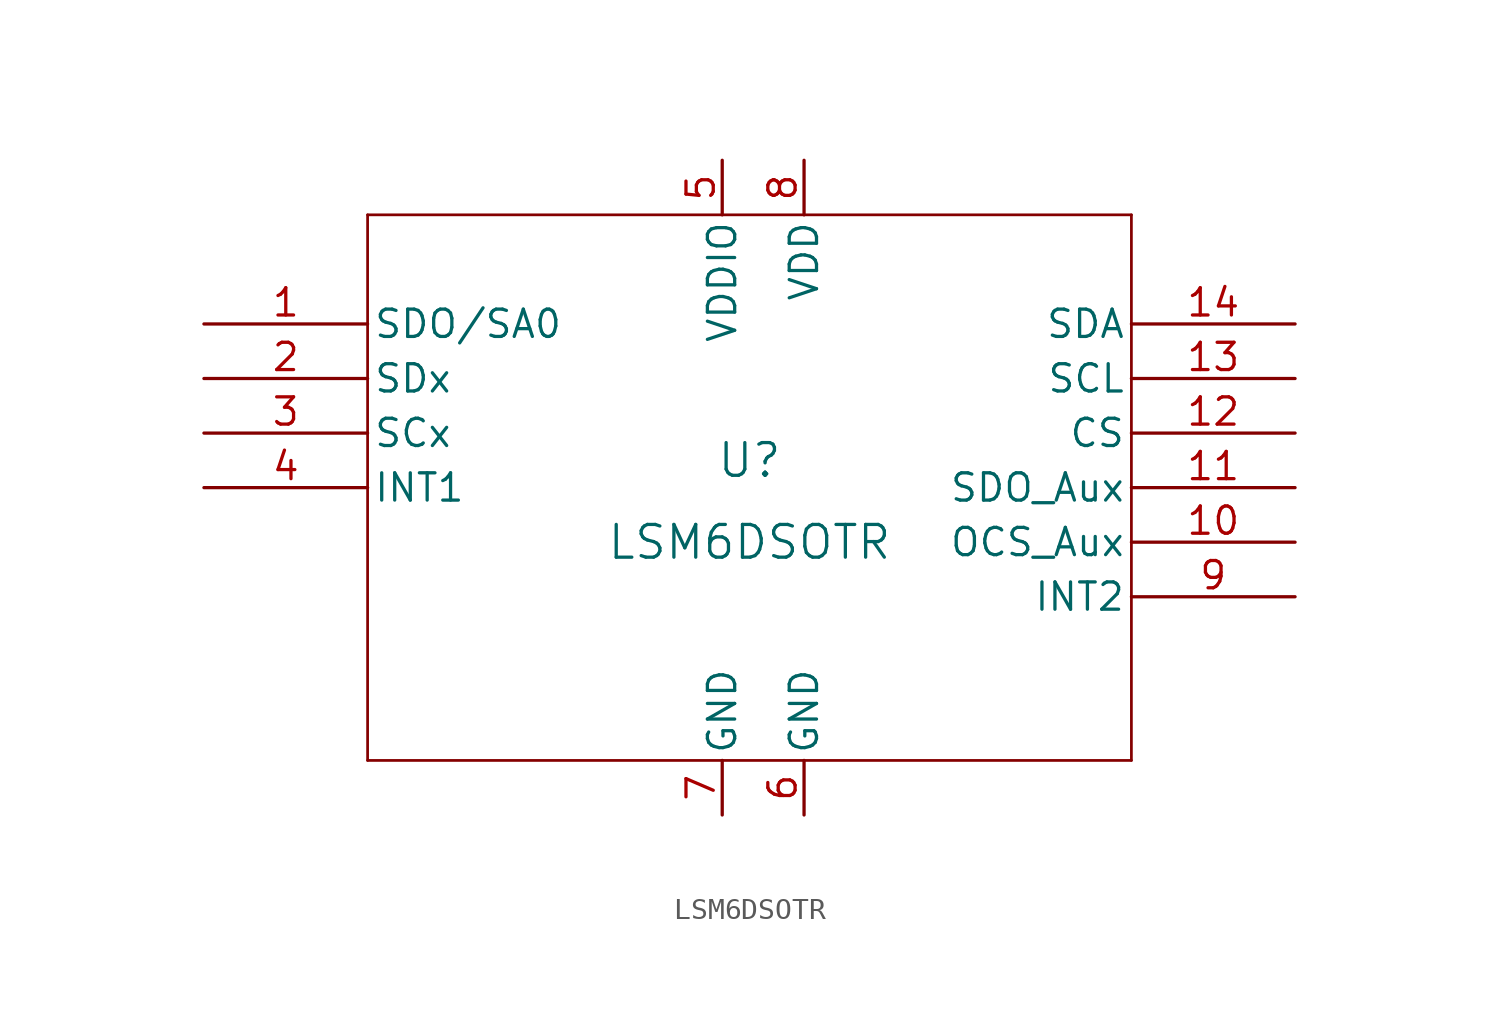
<source format=kicad_sym>
(kicad_symbol_lib
  (version 20220914)
  (generator kicad_symbol_editor)
  (symbol "LSM6DSOTR"
    (pin_names
      (offset 0.254))
    (property "Reference" "U"
      (at 25.4 -6.35 0)
      (effects (font (size 1.524 1.524))))
    (property "Value" "LSM6DSOTR"
      (at 25.4 -10.16 0)
      (effects (font (size 1.524 1.524))))
    (property "ki_locked" ""
      (at 0 0 0)
      (effects (font (size 1.27 1.27))))
    (symbol "LSM6DSOTR_0_1"
      (polyline (pts (xy 7.62 -20.32) (xy 43.18 -20.32)) (stroke (width 0.127) (type default)) (fill (type none)))
      (polyline (pts (xy 7.62 5.08) (xy 7.62 -20.32)) (stroke (width 0.127) (type default)) (fill (type none)))
      (polyline (pts (xy 43.18 -20.32) (xy 43.18 5.08)) (stroke (width 0.127) (type default)) (fill (type none)))
      (polyline (pts (xy 43.18 5.08) (xy 7.62 5.08)) (stroke (width 0.127) (type default)) (fill (type none)))
      (pin bidirectional line (at 0 0 0) (length 7.62) (name "SDO/SA0" (effects (font (size 1.27 1.27)))) (number "1" (effects (font (size 1.27 1.27)))))
      (pin bidirectional line (at 50.8 -10.16 180) (length 7.62) (name "OCS_Aux" (effects (font (size 1.27 1.27)))) (number "10" (effects (font (size 1.27 1.27)))))
      (pin bidirectional line (at 50.8 -7.62 180) (length 7.62) (name "SDO_Aux" (effects (font (size 1.27 1.27)))) (number "11" (effects (font (size 1.27 1.27)))))
      (pin input line (at 50.8 -5.08 180) (length 7.62) (name "CS" (effects (font (size 1.27 1.27)))) (number "12" (effects (font (size 1.27 1.27)))))
      (pin input line (at 50.8 -2.54 180) (length 7.62) (name "SCL" (effects (font (size 1.27 1.27)))) (number "13" (effects (font (size 1.27 1.27)))))
      (pin bidirectional line (at 50.8 0 180) (length 7.62) (name "SDA" (effects (font (size 1.27 1.27)))) (number "14" (effects (font (size 1.27 1.27)))))
      (pin bidirectional line (at 0 -2.54 0) (length 7.62) (name "SDx" (effects (font (size 1.27 1.27)))) (number "2" (effects (font (size 1.27 1.27)))))
      (pin bidirectional line (at 0 -5.08 0) (length 7.62) (name "SCx" (effects (font (size 1.27 1.27)))) (number "3" (effects (font (size 1.27 1.27)))))
      (pin output line (at 0 -7.62 0) (length 7.62) (name "INT1" (effects (font (size 1.27 1.27)))) (number "4" (effects (font (size 1.27 1.27)))))
      (pin output line (at 50.8 -12.7 180) (length 7.62) (name "INT2" (effects (font (size 1.27 1.27)))) (number "9" (effects (font (size 1.27 1.27))))))
    (symbol "LSM6DSOTR_1_1"
      (pin power_in line (at 24.13 7.62 270) (length 2.54) (name "VDDIO" (effects (font (size 1.27 1.27)))) (number "5" (effects (font (size 1.27 1.27)))))
      (pin power_out line (at 27.94 -22.86 90) (length 2.54) (name "GND" (effects (font (size 1.27 1.27)))) (number "6" (effects (font (size 1.27 1.27)))))
      (pin power_out line (at 24.13 -22.86 90) (length 2.54) (name "GND" (effects (font (size 1.27 1.27)))) (number "7" (effects (font (size 1.27 1.27)))))
      (pin power_in line (at 27.94 7.62 270) (length 2.54) (name "VDD" (effects (font (size 1.27 1.27)))) (number "8" (effects (font (size 1.27 1.27))))))))
</source>
